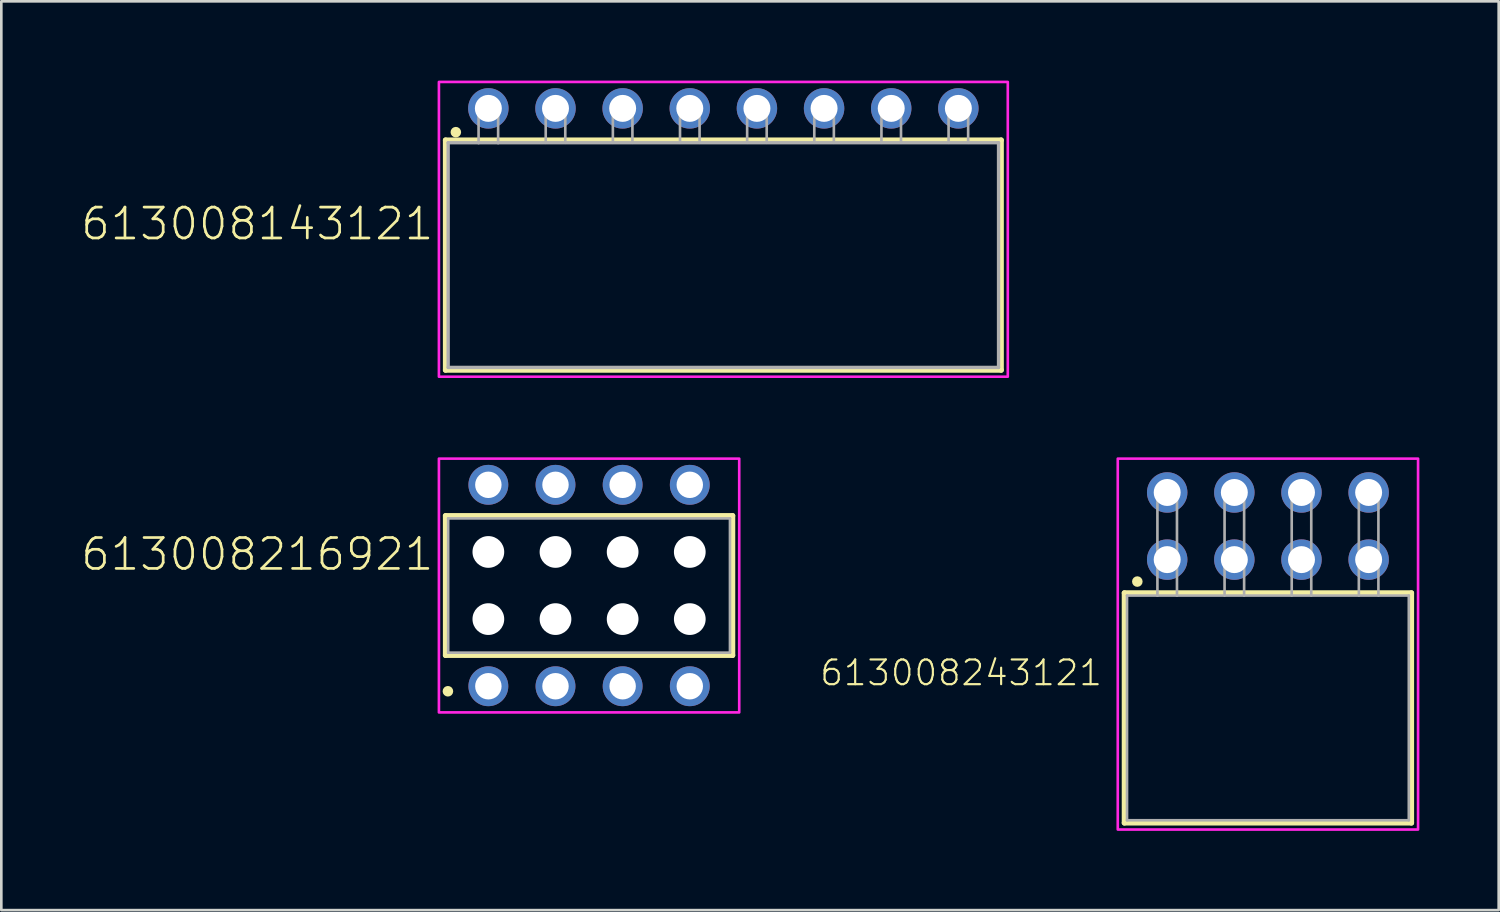
<source format=kicad_pcb>
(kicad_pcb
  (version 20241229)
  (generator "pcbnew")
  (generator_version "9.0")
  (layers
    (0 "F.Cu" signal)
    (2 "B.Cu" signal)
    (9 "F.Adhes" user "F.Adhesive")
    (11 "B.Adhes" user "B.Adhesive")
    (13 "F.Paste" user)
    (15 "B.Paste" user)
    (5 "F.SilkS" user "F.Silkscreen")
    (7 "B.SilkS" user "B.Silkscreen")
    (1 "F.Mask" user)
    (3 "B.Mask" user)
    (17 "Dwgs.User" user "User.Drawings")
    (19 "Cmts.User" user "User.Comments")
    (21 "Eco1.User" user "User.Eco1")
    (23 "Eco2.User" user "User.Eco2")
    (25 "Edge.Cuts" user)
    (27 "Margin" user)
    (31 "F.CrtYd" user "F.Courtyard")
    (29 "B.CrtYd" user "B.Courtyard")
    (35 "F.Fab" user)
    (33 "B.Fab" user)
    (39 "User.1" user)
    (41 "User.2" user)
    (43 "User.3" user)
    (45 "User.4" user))
  (footprint "613008216921"
    (layer "F.Cu")
    (at 19.234 19.1)
    (property "Reference" "613008216921" (at -5.81 -0.5 0) (unlocked yes) (layer "F.SilkS") (effects (font (size 1.168 1.168) (thickness 0.102)) (justify right bottom)))
    (fp_line (start -5.43 -2.64) (end 5.43 -2.64) (stroke (width 0.2) (type solid)) (layer "F.SilkS"))
    (fp_line (start -5.43 2.64) (end -5.43 -2.64) (stroke (width 0.2) (type solid)) (layer "F.SilkS"))
    (fp_line (start 5.43 -2.64) (end 5.43 2.64) (stroke (width 0.2) (type solid)) (layer "F.SilkS"))
    (fp_line (start 5.43 2.64) (end -5.43 2.64) (stroke (width 0.2) (type solid)) (layer "F.SilkS"))
    (fp_circle (center -5.34 4) (end -5.24 4) (stroke (width 0.2) (type solid)) (fill no) (layer "F.SilkS"))
    (fp_poly (pts (xy 5.68 4.8) (xy -5.68 4.8) (xy -5.68 -4.8) (xy 5.68 -4.8)) (stroke (width 0.1) (type default)) (fill no) (layer "F.CrtYd"))
    (fp_line (start -5.33 -2.54) (end -5.33 2.54) (stroke (width 0.1) (type solid)) (layer "F.Fab"))
    (fp_line (start -5.33 2.54) (end 5.33 2.54) (stroke (width 0.1) (type solid)) (layer "F.Fab"))
    (fp_line (start 5.33 -2.54) (end -5.33 -2.54) (stroke (width 0.1) (type solid)) (layer "F.Fab"))
    (fp_line (start 5.33 2.54) (end 5.33 -2.54) (stroke (width 0.1) (type solid)) (layer "F.Fab"))
    (pad "" np_thru_hole circle (at -3.81 -1.27) (size 1.2 1.2) (drill 1.2) (layers "*.Cu" "*.Mask"))
    (pad "" np_thru_hole circle (at -3.81 1.27) (size 1.2 1.2) (drill 1.2) (layers "*.Cu" "*.Mask"))
    (pad "" np_thru_hole circle (at -1.27 -1.27) (size 1.2 1.2) (drill 1.2) (layers "*.Cu" "*.Mask"))
    (pad "" np_thru_hole circle (at -1.27 1.27) (size 1.2 1.2) (drill 1.2) (layers "*.Cu" "*.Mask"))
    (pad "" np_thru_hole circle (at 1.27 -1.27) (size 1.2 1.2) (drill 1.2) (layers "*.Cu" "*.Mask"))
    (pad "" np_thru_hole circle (at 1.27 1.27) (size 1.2 1.2) (drill 1.2) (layers "*.Cu" "*.Mask"))
    (pad "" np_thru_hole circle (at 3.81 -1.27) (size 1.2 1.2) (drill 1.2) (layers "*.Cu" "*.Mask"))
    (pad "" np_thru_hole circle (at 3.81 1.27) (size 1.2 1.2) (drill 1.2) (layers "*.Cu" "*.Mask"))
    (pad "1" thru_hole circle (at -3.81 3.81) (size 1.508 1.508) (drill 1) (layers "*.Cu" "*.Mask"))
    (pad "2" thru_hole circle (at -3.81 -3.81) (size 1.508 1.508) (drill 1) (layers "*.Cu" "*.Mask"))
    (pad "3" thru_hole circle (at -1.27 3.81) (size 1.508 1.508) (drill 1) (layers "*.Cu" "*.Mask"))
    (pad "4" thru_hole circle (at -1.27 -3.81) (size 1.508 1.508) (drill 1) (layers "*.Cu" "*.Mask"))
    (pad "5" thru_hole circle (at 1.27 3.81) (size 1.508 1.508) (drill 1) (layers "*.Cu" "*.Mask"))
    (pad "6" thru_hole circle (at 1.27 -3.81) (size 1.508 1.508) (drill 1) (layers "*.Cu" "*.Mask"))
    (pad "7" thru_hole circle (at 3.81 3.81) (size 1.508 1.508) (drill 1) (layers "*.Cu" "*.Mask"))
    (pad "8" thru_hole circle (at 3.81 -3.81) (size 1.508 1.508) (drill 1) (layers "*.Cu" "*.Mask")))
  (footprint "613008243121"
    (layer "F.Cu")
    (at 44.914 23.73)
    (property "Reference" "613008243121" (at -6.21 -0.78 0) (unlocked yes) (layer "F.SilkS") (effects (font (size 0.935 0.935) (thickness 0.081)) (justify right bottom)))
    (fp_line (start -5.43 -4.35) (end 5.43 -4.35) (stroke (width 0.2) (type solid)) (layer "F.SilkS"))
    (fp_line (start -5.43 4.35) (end -5.43 -4.35) (stroke (width 0.2) (type solid)) (layer "F.SilkS"))
    (fp_line (start 5.43 -4.35) (end 5.43 4.35) (stroke (width 0.2) (type solid)) (layer "F.SilkS"))
    (fp_line (start 5.43 4.35) (end -5.43 4.35) (stroke (width 0.2) (type solid)) (layer "F.SilkS"))
    (fp_circle (center -4.94 -4.78) (end -4.84 -4.78) (stroke (width 0.2) (type solid)) (fill no) (layer "F.SilkS"))
    (fp_poly (pts (xy 5.68 4.6) (xy -5.68 4.6) (xy -5.68 -9.43) (xy 5.68 -9.43)) (stroke (width 0.1) (type default)) (fill no) (layer "F.CrtYd"))
    (fp_line (start -5.33 -4.25) (end -5.33 4.25) (stroke (width 0.1) (type solid)) (layer "F.Fab"))
    (fp_line (start -4.18 -8.35) (end -3.44 -8.35) (stroke (width 0.1) (type solid)) (layer "F.Fab"))
    (fp_line (start -4.18 -4.25) (end -5.33 -4.25) (stroke (width 0.1) (type solid)) (layer "F.Fab"))
    (fp_line (start -4.18 -4.25) (end -4.18 -8.35) (stroke (width 0.1) (type solid)) (layer "F.Fab"))
    (fp_line (start -3.44 -8.35) (end -3.44 -4.25) (stroke (width 0.1) (type solid)) (layer "F.Fab"))
    (fp_line (start -3.44 -4.25) (end -4.18 -4.25) (stroke (width 0.1) (type solid)) (layer "F.Fab"))
    (fp_line (start -1.64 -8.35) (end -0.9 -8.35) (stroke (width 0.1) (type solid)) (layer "F.Fab"))
    (fp_line (start -1.64 -4.25) (end -1.64 -8.35) (stroke (width 0.1) (type solid)) (layer "F.Fab"))
    (fp_line (start -0.9 -8.35) (end -0.9 -4.25) (stroke (width 0.1) (type solid)) (layer "F.Fab"))
    (fp_line (start 0.9 -8.35) (end 1.64 -8.35) (stroke (width 0.1) (type solid)) (layer "F.Fab"))
    (fp_line (start 0.9 -4.25) (end 0.9 -8.35) (stroke (width 0.1) (type solid)) (layer "F.Fab"))
    (fp_line (start 1.64 -8.35) (end 1.64 -4.25) (stroke (width 0.1) (type solid)) (layer "F.Fab"))
    (fp_line (start 3.44 -8.35) (end 4.18 -8.35) (stroke (width 0.1) (type solid)) (layer "F.Fab"))
    (fp_line (start 3.44 -4.25) (end 3.44 -8.35) (stroke (width 0.1) (type solid)) (layer "F.Fab"))
    (fp_line (start 4.18 -8.35) (end 4.18 -4.25) (stroke (width 0.1) (type solid)) (layer "F.Fab"))
    (fp_line (start 5.33 -4.25) (end -3.44 -4.25) (stroke (width 0.1) (type solid)) (layer "F.Fab"))
    (fp_line (start 5.33 4.25) (end -5.33 4.25) (stroke (width 0.1) (type solid)) (layer "F.Fab"))
    (fp_line (start 5.33 4.25) (end 5.33 -4.25) (stroke (width 0.1) (type solid)) (layer "F.Fab"))
    (pad "1" thru_hole circle (at -3.81 -5.61 180) (size 1.53 1.53) (drill 1.02) (layers "*.Cu" "*.Mask"))
    (pad "2" thru_hole circle (at -3.81 -8.15 180) (size 1.53 1.53) (drill 1.02) (layers "*.Cu" "*.Mask"))
    (pad "3" thru_hole circle (at -1.27 -5.61 180) (size 1.53 1.53) (drill 1.02) (layers "*.Cu" "*.Mask"))
    (pad "4" thru_hole circle (at -1.27 -8.15 180) (size 1.53 1.53) (drill 1.02) (layers "*.Cu" "*.Mask"))
    (pad "5" thru_hole circle (at 1.27 -5.61 180) (size 1.53 1.53) (drill 1.02) (layers "*.Cu" "*.Mask"))
    (pad "6" thru_hole circle (at 1.27 -8.15 180) (size 1.53 1.53) (drill 1.02) (layers "*.Cu" "*.Mask"))
    (pad "7" thru_hole circle (at 3.81 -5.61 180) (size 1.53 1.53) (drill 1.02) (layers "*.Cu" "*.Mask"))
    (pad "8" thru_hole circle (at 3.81 -8.15 180) (size 1.53 1.53) (drill 1.02) (layers "*.Cu" "*.Mask")))
  (footprint "613008143121"
    (layer "F.Cu")
    (at 24.314 6.6)
    (property "Reference" "613008143121" (at -10.89 -0.5 0) (unlocked yes) (layer "F.SilkS") (effects (font (size 1.168 1.168) (thickness 0.102)) (justify right bottom)))
    (fp_line (start -10.51 -4.35) (end 10.51 -4.35) (stroke (width 0.2) (type solid)) (layer "F.SilkS"))
    (fp_line (start -10.51 4.35) (end -10.51 -4.35) (stroke (width 0.2) (type solid)) (layer "F.SilkS"))
    (fp_line (start 10.51 -4.35) (end 10.51 4.35) (stroke (width 0.2) (type solid)) (layer "F.SilkS"))
    (fp_line (start 10.51 4.35) (end -10.51 4.35) (stroke (width 0.2) (type solid)) (layer "F.SilkS"))
    (fp_circle (center -10.12 -4.65) (end -10.02 -4.65) (stroke (width 0.2) (type solid)) (fill no) (layer "F.SilkS"))
    (fp_poly (pts (xy 10.76 4.6) (xy -10.76 4.6) (xy -10.76 -6.55) (xy 10.76 -6.55)) (stroke (width 0.1) (type default)) (fill no) (layer "F.CrtYd"))
    (fp_line (start -10.41 4.25) (end -10.41 -4.25) (stroke (width 0.127) (type solid)) (layer "F.Fab"))
    (fp_line (start -9.26 -5.35) (end -9.26 -4.25) (stroke (width 0.1) (type solid)) (layer "F.Fab"))
    (fp_line (start -9.26 -5.35) (end -8.52 -5.35) (stroke (width 0.1) (type solid)) (layer "F.Fab"))
    (fp_line (start -9.26 -4.25) (end -10.41 -4.25) (stroke (width 0.127) (type solid)) (layer "F.Fab"))
    (fp_line (start -8.52 -5.35) (end -8.52 -4.25) (stroke (width 0.1) (type solid)) (layer "F.Fab"))
    (fp_line (start -8.52 -4.25) (end -9.26 -4.25) (stroke (width 0.127) (type solid)) (layer "F.Fab"))
    (fp_line (start -6.72 -5.35) (end -6.72 -4.25) (stroke (width 0.1) (type solid)) (layer "F.Fab"))
    (fp_line (start -6.72 -5.35) (end -5.98 -5.35) (stroke (width 0.1) (type solid)) (layer "F.Fab"))
    (fp_line (start -5.98 -5.35) (end -5.98 -4.25) (stroke (width 0.1) (type solid)) (layer "F.Fab"))
    (fp_line (start -4.18 -5.35) (end -4.18 -4.25) (stroke (width 0.1) (type solid)) (layer "F.Fab"))
    (fp_line (start -4.18 -5.35) (end -3.44 -5.35) (stroke (width 0.1) (type solid)) (layer "F.Fab"))
    (fp_line (start -3.44 -5.35) (end -3.44 -4.25) (stroke (width 0.1) (type solid)) (layer "F.Fab"))
    (fp_line (start -1.64 -5.35) (end -1.64 -4.25) (stroke (width 0.1) (type solid)) (layer "F.Fab"))
    (fp_line (start -1.64 -5.35) (end -0.9 -5.35) (stroke (width 0.1) (type solid)) (layer "F.Fab"))
    (fp_line (start -0.9 -5.35) (end -0.9 -4.25) (stroke (width 0.1) (type solid)) (layer "F.Fab"))
    (fp_line (start 0.9 -5.35) (end 0.9 -4.25) (stroke (width 0.1) (type solid)) (layer "F.Fab"))
    (fp_line (start 0.9 -5.35) (end 1.64 -5.35) (stroke (width 0.1) (type solid)) (layer "F.Fab"))
    (fp_line (start 1.64 -5.35) (end 1.64 -4.25) (stroke (width 0.1) (type solid)) (layer "F.Fab"))
    (fp_line (start 3.44 -5.35) (end 3.44 -4.25) (stroke (width 0.1) (type solid)) (layer "F.Fab"))
    (fp_line (start 3.44 -5.35) (end 4.18 -5.35) (stroke (width 0.1) (type solid)) (layer "F.Fab"))
    (fp_line (start 4.18 -5.35) (end 4.18 -4.25) (stroke (width 0.1) (type solid)) (layer "F.Fab"))
    (fp_line (start 5.98 -5.35) (end 5.98 -4.25) (stroke (width 0.1) (type solid)) (layer "F.Fab"))
    (fp_line (start 5.98 -5.35) (end 6.72 -5.35) (stroke (width 0.1) (type solid)) (layer "F.Fab"))
    (fp_line (start 6.72 -5.35) (end 6.72 -4.25) (stroke (width 0.1) (type solid)) (layer "F.Fab"))
    (fp_line (start 8.52 -5.35) (end 8.52 -4.25) (stroke (width 0.1) (type solid)) (layer "F.Fab"))
    (fp_line (start 8.52 -5.35) (end 9.26 -5.35) (stroke (width 0.1) (type solid)) (layer "F.Fab"))
    (fp_line (start 9.26 -5.35) (end 9.26 -4.25) (stroke (width 0.1) (type solid)) (layer "F.Fab"))
    (fp_line (start 10.41 -4.25) (end -8.52 -4.25) (stroke (width 0.127) (type solid)) (layer "F.Fab"))
    (fp_line (start 10.41 4.25) (end -10.41 4.25) (stroke (width 0.127) (type solid)) (layer "F.Fab"))
    (fp_line (start 10.41 4.25) (end 10.41 -4.25) (stroke (width 0.127) (type solid)) (layer "F.Fab"))
    (pad "1" thru_hole circle (at -8.89 -5.55 180) (size 1.53 1.53) (drill 1.02) (layers "*.Cu" "*.Mask"))
    (pad "2" thru_hole circle (at -6.35 -5.55 180) (size 1.53 1.53) (drill 1.02) (layers "*.Cu" "*.Mask"))
    (pad "3" thru_hole circle (at -3.81 -5.55 180) (size 1.53 1.53) (drill 1.02) (layers "*.Cu" "*.Mask"))
    (pad "4" thru_hole circle (at -1.27 -5.55 180) (size 1.53 1.53) (drill 1.02) (layers "*.Cu" "*.Mask"))
    (pad "5" thru_hole circle (at 1.27 -5.55 180) (size 1.53 1.53) (drill 1.02) (layers "*.Cu" "*.Mask"))
    (pad "6" thru_hole circle (at 3.81 -5.55 180) (size 1.53 1.53) (drill 1.02) (layers "*.Cu" "*.Mask"))
    (pad "7" thru_hole circle (at 6.35 -5.55 180) (size 1.53 1.53) (drill 1.02) (layers "*.Cu" "*.Mask"))
    (pad "8" thru_hole circle (at 8.89 -5.55 180) (size 1.53 1.53) (drill 1.02) (layers "*.Cu" "*.Mask")))
  (gr_rect
    (start -3 -3)
    (end 53.644 31.38)
    (stroke (width 0.1) (type default))
    (fill no)
    (layer "Edge.Cuts")))
</source>
